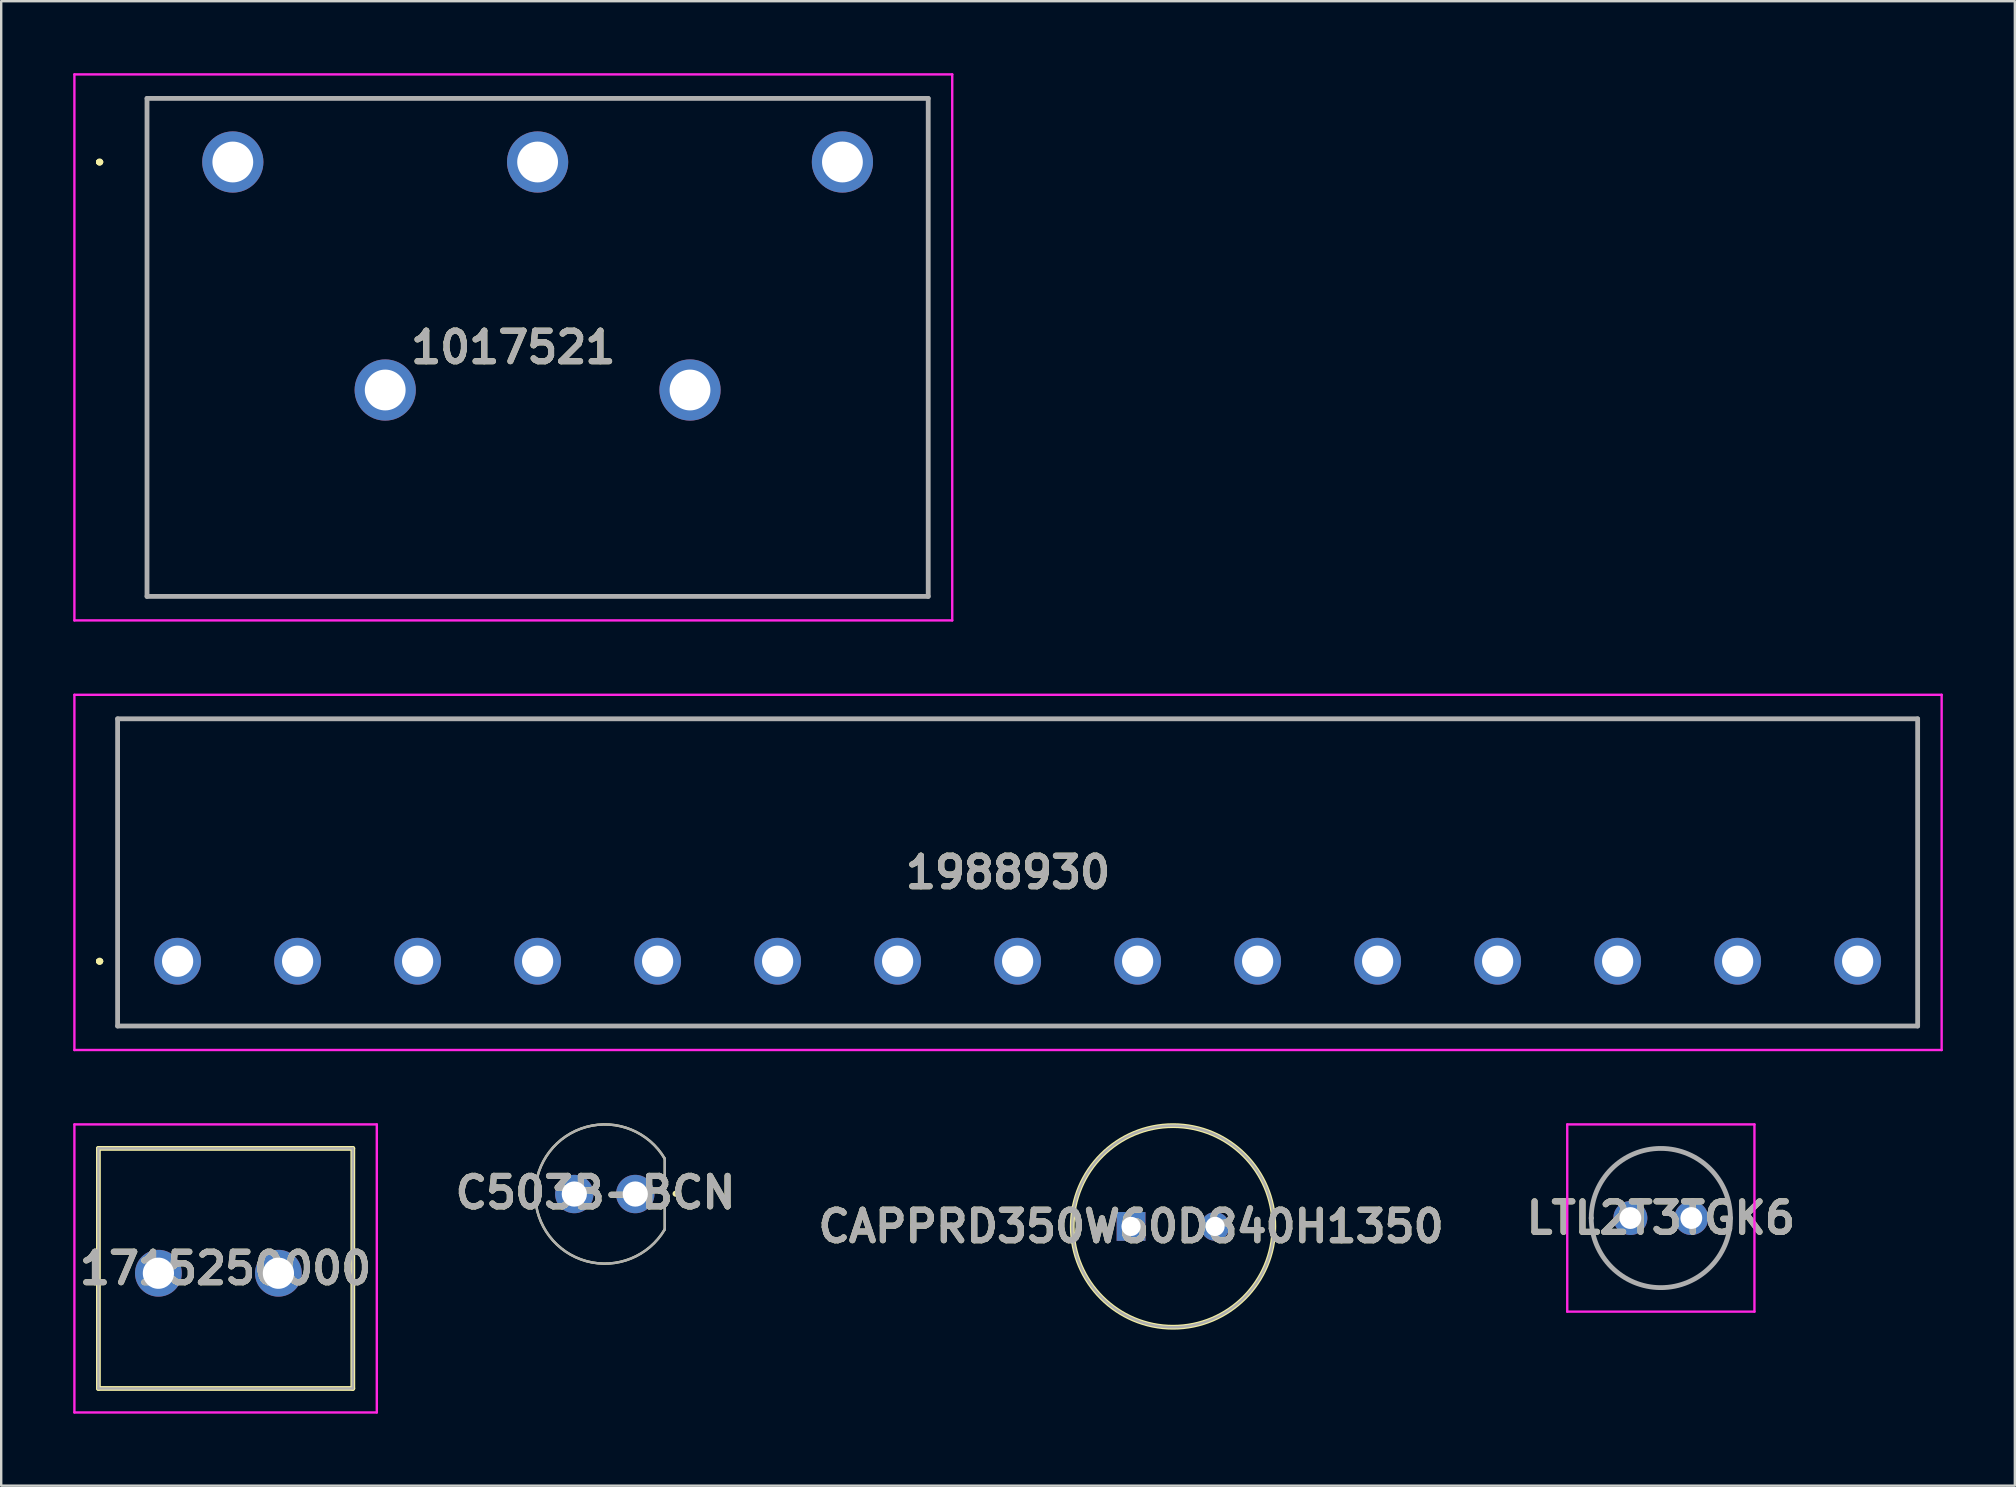
<source format=kicad_pcb>
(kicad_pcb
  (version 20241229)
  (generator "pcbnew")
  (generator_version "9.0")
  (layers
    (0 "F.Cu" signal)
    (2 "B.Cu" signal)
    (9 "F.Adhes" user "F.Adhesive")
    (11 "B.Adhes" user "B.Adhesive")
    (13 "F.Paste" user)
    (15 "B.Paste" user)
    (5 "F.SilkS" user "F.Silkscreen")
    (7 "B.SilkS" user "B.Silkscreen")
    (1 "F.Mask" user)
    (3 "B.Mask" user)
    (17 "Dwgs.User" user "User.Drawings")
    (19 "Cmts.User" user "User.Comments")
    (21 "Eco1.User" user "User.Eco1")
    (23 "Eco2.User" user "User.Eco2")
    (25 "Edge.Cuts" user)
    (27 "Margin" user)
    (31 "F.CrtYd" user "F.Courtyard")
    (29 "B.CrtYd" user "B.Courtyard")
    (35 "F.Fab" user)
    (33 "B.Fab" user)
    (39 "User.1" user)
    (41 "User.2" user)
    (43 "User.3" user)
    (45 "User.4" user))
  (footprint "LTL2T3TGK6"
    (layer "F.Cu")
    (at 64.88 47.7)
    (property "Reference" "LTL2T3TGK6" (at 1.27 0 0) (layer "F.SilkS") (effects (font (size 1.27 1.27) (thickness 0.254))))
    (attr through_hole)
    (fp_line (start -1.63 0) (end -1.63 0) (stroke (width 0.1) (type solid)) (layer "F.SilkS"))
    (fp_line (start 4.17 0) (end 4.17 0) (stroke (width 0.1) (type solid)) (layer "F.SilkS"))
    (fp_arc (start -1.63 0) (mid 1.27 -2.9) (end 4.17 0) (stroke (width 0.1) (type solid)) (layer "F.SilkS"))
    (fp_arc (start 4.17 0) (mid 1.27 2.9) (end -1.63 0) (stroke (width 0.1) (type solid)) (layer "F.SilkS"))
    (fp_line (start -2.63 -3.9) (end 5.17 -3.9) (stroke (width 0.1) (type solid)) (layer "F.CrtYd"))
    (fp_line (start -2.63 3.9) (end -2.63 -3.9) (stroke (width 0.1) (type solid)) (layer "F.CrtYd"))
    (fp_line (start 5.17 -3.9) (end 5.17 3.9) (stroke (width 0.1) (type solid)) (layer "F.CrtYd"))
    (fp_line (start 5.17 3.9) (end -2.63 3.9) (stroke (width 0.1) (type solid)) (layer "F.CrtYd"))
    (fp_line (start -1.63 0) (end -1.63 0) (stroke (width 0.2) (type solid)) (layer "F.Fab"))
    (fp_line (start 4.17 0) (end 4.17 0) (stroke (width 0.2) (type solid)) (layer "F.Fab"))
    (fp_arc (start -1.63 0) (mid 1.27 -2.9) (end 4.17 0) (stroke (width 0.2) (type solid)) (layer "F.Fab"))
    (fp_arc (start 4.17 0) (mid 1.27 2.9) (end -1.63 0) (stroke (width 0.2) (type solid)) (layer "F.Fab"))
    (fp_text user "${REFERENCE}" (at 1.27 0 0) (layer "F.Fab") (effects (font (size 1.27 1.27) (thickness 0.254))))
    (pad "1" thru_hole circle (at 0 0) (size 1.416 1.416) (drill 0.91) (layers "*.Cu" "*.Mask"))
    (pad "2" thru_hole circle (at 2.54 0) (size 1.416 1.416) (drill 0.91) (layers "*.Cu" "*.Mask")))
  (footprint "CAPPRD350W60D840H1350"
    (layer "F.Cu")
    (at 44.076 48.05)
    (property "Reference" "CAPPRD350W60D840H1350" (at 0 0 0) (layer "F.SilkS") (effects (font (size 1.27 1.27) (thickness 0.254))))
    (attr through_hole)
    (fp_circle (center 1.75 0) (end 1.75 4.2) (stroke (width 0.2) (type solid)) (fill no) (layer "F.SilkS"))
    (fp_circle (center 1.75 0) (end 1.75 4.2) (stroke (width 0.1) (type solid)) (fill no) (layer "F.Fab"))
    (fp_text user "${REFERENCE}" (at 0 0 0) (layer "F.Fab") (effects (font (size 1.27 1.27) (thickness 0.254))))
    (pad "1" thru_hole rect (at 0 0) (size 1.2 1.2) (drill 0.8) (layers "*.Cu" "*.Mask"))
    (pad "2" thru_hole circle (at 3.5 0) (size 1.2 1.2) (drill 0.8) (layers "*.Cu" "*.Mask")))
  (footprint "C503B-BCN"
    (layer "F.Cu")
    (at 22.149 46.7)
    (property "Reference" "C503B-BCN" (at -0.389 -0.06 0) (layer "F.SilkS") (effects (font (size 1.27 1.27) (thickness 0.254))))
    (attr through_hole)
    (fp_line (start 2.5 1.47) (end 2.5 -1.47) (stroke (width 0.1) (type solid)) (layer "F.SilkS"))
    (fp_arc (start 2.500013 1.469668) (mid -2.899998 0.000013) (end 2.5 -1.46969) (stroke (width 0.1) (type solid)) (layer "F.SilkS"))
    (fp_circle (center 2.949 -0.013) (end 2.949 0.014) (stroke (width 0.1) (type solid)) (fill no) (layer "F.SilkS"))
    (fp_line (start 2.5 -1.47) (end 2.5 1.47) (stroke (width 0.1) (type solid)) (layer "F.Fab"))
    (fp_arc (start 2.500013 1.469668) (mid -2.899998 0.000013) (end 2.5 -1.46969) (stroke (width 0.1) (type solid)) (layer "F.Fab"))
    (fp_text user "${REFERENCE}" (at -0.389 -0.06 0) (layer "F.Fab") (effects (font (size 1.27 1.27) (thickness 0.254))))
    (pad "1" thru_hole circle (at 1.27 0) (size 1.6 1.6) (drill 1.05) (layers "*.Cu" "*.Mask"))
    (pad "2" thru_hole circle (at -1.27 0) (size 1.6 1.6) (drill 1.05) (layers "*.Cu" "*.Mask")))
  (footprint "1988930"
    (layer "F.Cu")
    (at 4.35 37)
    (property "Reference" "1988930" (at 34.6 -3.7 0) (layer "F.SilkS") (effects (font (size 1.27 1.27) (thickness 0.254))))
    (attr through_hole)
    (fp_line (start -3.3 0) (end -3.3 0) (stroke (width 0.2) (type solid)) (layer "F.SilkS"))
    (fp_line (start -3.3 0) (end -3.3 0) (stroke (width 0.2) (type solid)) (layer "F.SilkS"))
    (fp_line (start -3.2 0) (end -3.2 0) (stroke (width 0.2) (type solid)) (layer "F.SilkS"))
    (fp_line (start -2.5 -10.1) (end 72.5 -10.1) (stroke (width 0.1) (type solid)) (layer "F.SilkS"))
    (fp_line (start -2.5 2.7) (end -2.5 -10.1) (stroke (width 0.1) (type solid)) (layer "F.SilkS"))
    (fp_line (start 72.5 -10.1) (end 72.5 2.7) (stroke (width 0.1) (type solid)) (layer "F.SilkS"))
    (fp_line (start 72.5 2.7) (end -2.5 2.7) (stroke (width 0.1) (type solid)) (layer "F.SilkS"))
    (fp_arc (start -3.3 0) (mid -3.25 -0.05) (end -3.2 0) (stroke (width 0.2) (type solid)) (layer "F.SilkS"))
    (fp_arc (start -3.2 0) (mid -3.25 0.05) (end -3.3 0) (stroke (width 0.2) (type solid)) (layer "F.SilkS"))
    (fp_arc (start -3.2 0) (mid -3.25 0.05) (end -3.3 0) (stroke (width 0.2) (type solid)) (layer "F.SilkS"))
    (fp_line (start -4.3 -11.1) (end 73.5 -11.1) (stroke (width 0.1) (type solid)) (layer "F.CrtYd"))
    (fp_line (start -4.3 3.7) (end -4.3 -11.1) (stroke (width 0.1) (type solid)) (layer "F.CrtYd"))
    (fp_line (start 73.5 -11.1) (end 73.5 3.7) (stroke (width 0.1) (type solid)) (layer "F.CrtYd"))
    (fp_line (start 73.5 3.7) (end -4.3 3.7) (stroke (width 0.1) (type solid)) (layer "F.CrtYd"))
    (fp_line (start -2.5 -10.1) (end -2.5 2.7) (stroke (width 0.2) (type solid)) (layer "F.Fab"))
    (fp_line (start -2.5 2.7) (end 72.5 2.7) (stroke (width 0.2) (type solid)) (layer "F.Fab"))
    (fp_line (start 72.5 -10.1) (end -2.5 -10.1) (stroke (width 0.2) (type solid)) (layer "F.Fab"))
    (fp_line (start 72.5 2.7) (end 72.5 -10.1) (stroke (width 0.2) (type solid)) (layer "F.Fab"))
    (fp_text user "${REFERENCE}" (at 34.6 -3.7 0) (layer "F.Fab") (effects (font (size 1.27 1.27) (thickness 0.254))))
    (pad "1" thru_hole circle (at 0 0) (size 1.95 1.95) (drill 1.3) (layers "*.Cu" "*.Mask"))
    (pad "2" thru_hole circle (at 5 0) (size 1.95 1.95) (drill 1.3) (layers "*.Cu" "*.Mask"))
    (pad "3" thru_hole circle (at 10 0) (size 1.95 1.95) (drill 1.3) (layers "*.Cu" "*.Mask"))
    (pad "4" thru_hole circle (at 15 0) (size 1.95 1.95) (drill 1.3) (layers "*.Cu" "*.Mask"))
    (pad "5" thru_hole circle (at 20 0) (size 1.95 1.95) (drill 1.3) (layers "*.Cu" "*.Mask"))
    (pad "6" thru_hole circle (at 25 0) (size 1.95 1.95) (drill 1.3) (layers "*.Cu" "*.Mask"))
    (pad "7" thru_hole circle (at 30 0) (size 1.95 1.95) (drill 1.3) (layers "*.Cu" "*.Mask"))
    (pad "8" thru_hole circle (at 35 0) (size 1.95 1.95) (drill 1.3) (layers "*.Cu" "*.Mask"))
    (pad "9" thru_hole circle (at 40 0) (size 1.95 1.95) (drill 1.3) (layers "*.Cu" "*.Mask"))
    (pad "10" thru_hole circle (at 45 0) (size 1.95 1.95) (drill 1.3) (layers "*.Cu" "*.Mask"))
    (pad "11" thru_hole circle (at 50 0) (size 1.95 1.95) (drill 1.3) (layers "*.Cu" "*.Mask"))
    (pad "12" thru_hole circle (at 55 0) (size 1.95 1.95) (drill 1.3) (layers "*.Cu" "*.Mask"))
    (pad "13" thru_hole circle (at 60 0) (size 1.95 1.95) (drill 1.3) (layers "*.Cu" "*.Mask"))
    (pad "14" thru_hole circle (at 65 0) (size 1.95 1.95) (drill 1.3) (layers "*.Cu" "*.Mask"))
    (pad "15" thru_hole circle (at 70 0) (size 1.95 1.95) (drill 1.3) (layers "*.Cu" "*.Mask")))
  (footprint "1715250000"
    (layer "F.Cu")
    (at 3.55 50)
    (property "Reference" "1715250000" (at 2.8 -0.2 0) (layer "F.SilkS") (effects (font (size 1.27 1.27) (thickness 0.254))))
    (attr through_hole)
    (fp_line (start -2.5 -5.2) (end 8.1 -5.2) (stroke (width 0.2) (type solid)) (layer "F.SilkS"))
    (fp_line (start -2.5 4.8) (end -2.5 -5.2) (stroke (width 0.2) (type solid)) (layer "F.SilkS"))
    (fp_line (start 8.1 -5.2) (end 8.1 4.8) (stroke (width 0.2) (type solid)) (layer "F.SilkS"))
    (fp_line (start 8.1 4.8) (end -2.5 4.8) (stroke (width 0.2) (type solid)) (layer "F.SilkS"))
    (fp_line (start -3.5 -6.2) (end 9.1 -6.2) (stroke (width 0.1) (type solid)) (layer "F.CrtYd"))
    (fp_line (start -3.5 5.8) (end -3.5 -6.2) (stroke (width 0.1) (type solid)) (layer "F.CrtYd"))
    (fp_line (start 9.1 -6.2) (end 9.1 5.8) (stroke (width 0.1) (type solid)) (layer "F.CrtYd"))
    (fp_line (start 9.1 5.8) (end -3.5 5.8) (stroke (width 0.1) (type solid)) (layer "F.CrtYd"))
    (fp_line (start -2.5 -5.2) (end 8.1 -5.2) (stroke (width 0.1) (type solid)) (layer "F.Fab"))
    (fp_line (start -2.5 4.8) (end -2.5 -5.2) (stroke (width 0.1) (type solid)) (layer "F.Fab"))
    (fp_line (start 8.1 -5.2) (end 8.1 4.8) (stroke (width 0.1) (type solid)) (layer "F.Fab"))
    (fp_line (start 8.1 4.8) (end -2.5 4.8) (stroke (width 0.1) (type solid)) (layer "F.Fab"))
    (fp_text user "${REFERENCE}" (at 2.8 -0.2 0) (layer "F.Fab") (effects (font (size 1.27 1.27) (thickness 0.254))))
    (pad "1" thru_hole circle (at 0 0) (size 1.95 1.95) (drill 1.3) (layers "*.Cu" "*.Mask"))
    (pad "2" thru_hole circle (at 5 0) (size 1.95 1.95) (drill 1.3) (layers "*.Cu" "*.Mask")))
  (footprint "1017521"
    (layer "F.Cu")
    (at 6.65 3.7)
    (property "Reference" "1017521" (at 11.687 7.725 0) (layer "F.SilkS") (effects (font (size 1.27 1.27) (thickness 0.254))))
    (attr through_hole)
    (fp_line (start -5.6 0) (end -5.6 0) (stroke (width 0.2) (type solid)) (layer "F.SilkS"))
    (fp_line (start -5.6 0) (end -5.6 0) (stroke (width 0.2) (type solid)) (layer "F.SilkS"))
    (fp_line (start -5.5 0) (end -5.5 0) (stroke (width 0.2) (type solid)) (layer "F.SilkS"))
    (fp_line (start -3.575 -2.65) (end 28.975 -2.65) (stroke (width 0.1) (type solid)) (layer "F.SilkS"))
    (fp_line (start -3.575 18.1) (end -3.575 -2.65) (stroke (width 0.1) (type solid)) (layer "F.SilkS"))
    (fp_line (start 28.975 -2.65) (end 28.975 18.1) (stroke (width 0.1) (type solid)) (layer "F.SilkS"))
    (fp_line (start 28.975 18.1) (end -3.575 18.1) (stroke (width 0.1) (type solid)) (layer "F.SilkS"))
    (fp_arc (start -5.6 0) (mid -5.55 -0.05) (end -5.5 0) (stroke (width 0.2) (type solid)) (layer "F.SilkS"))
    (fp_arc (start -5.5 0) (mid -5.55 0.05) (end -5.6 0) (stroke (width 0.2) (type solid)) (layer "F.SilkS"))
    (fp_arc (start -5.5 0) (mid -5.55 0.05) (end -5.6 0) (stroke (width 0.2) (type solid)) (layer "F.SilkS"))
    (fp_line (start -6.6 -3.65) (end 29.975 -3.65) (stroke (width 0.1) (type solid)) (layer "F.CrtYd"))
    (fp_line (start -6.6 19.1) (end -6.6 -3.65) (stroke (width 0.1) (type solid)) (layer "F.CrtYd"))
    (fp_line (start 29.975 -3.65) (end 29.975 19.1) (stroke (width 0.1) (type solid)) (layer "F.CrtYd"))
    (fp_line (start 29.975 19.1) (end -6.6 19.1) (stroke (width 0.1) (type solid)) (layer "F.CrtYd"))
    (fp_line (start -3.575 -2.65) (end -3.575 18.1) (stroke (width 0.2) (type solid)) (layer "F.Fab"))
    (fp_line (start -3.575 18.1) (end 28.975 18.1) (stroke (width 0.2) (type solid)) (layer "F.Fab"))
    (fp_line (start 28.975 -2.65) (end -3.575 -2.65) (stroke (width 0.2) (type solid)) (layer "F.Fab"))
    (fp_line (start 28.975 18.1) (end 28.975 -2.65) (stroke (width 0.2) (type solid)) (layer "F.Fab"))
    (fp_text user "${REFERENCE}" (at 11.687 7.725 0) (layer "F.Fab") (effects (font (size 1.27 1.27) (thickness 0.254))))
    (pad "1" thru_hole circle (at 0 0) (size 2.55 2.55) (drill 1.7) (layers "*.Cu" "*.Mask"))
    (pad "2" thru_hole circle (at 6.35 9.5) (size 2.55 2.55) (drill 1.7) (layers "*.Cu" "*.Mask"))
    (pad "3" thru_hole circle (at 12.7 0) (size 2.55 2.55) (drill 1.7) (layers "*.Cu" "*.Mask"))
    (pad "4" thru_hole circle (at 19.05 9.5) (size 2.55 2.55) (drill 1.7) (layers "*.Cu" "*.Mask"))
    (pad "5" thru_hole circle (at 25.4 0) (size 2.55 2.55) (drill 1.7) (layers "*.Cu" "*.Mask")))
  (gr_rect
    (start -3 -3)
    (end 80.9 58.85)
    (stroke (width 0.1) (type default))
    (fill no)
    (layer "Edge.Cuts")))
</source>
